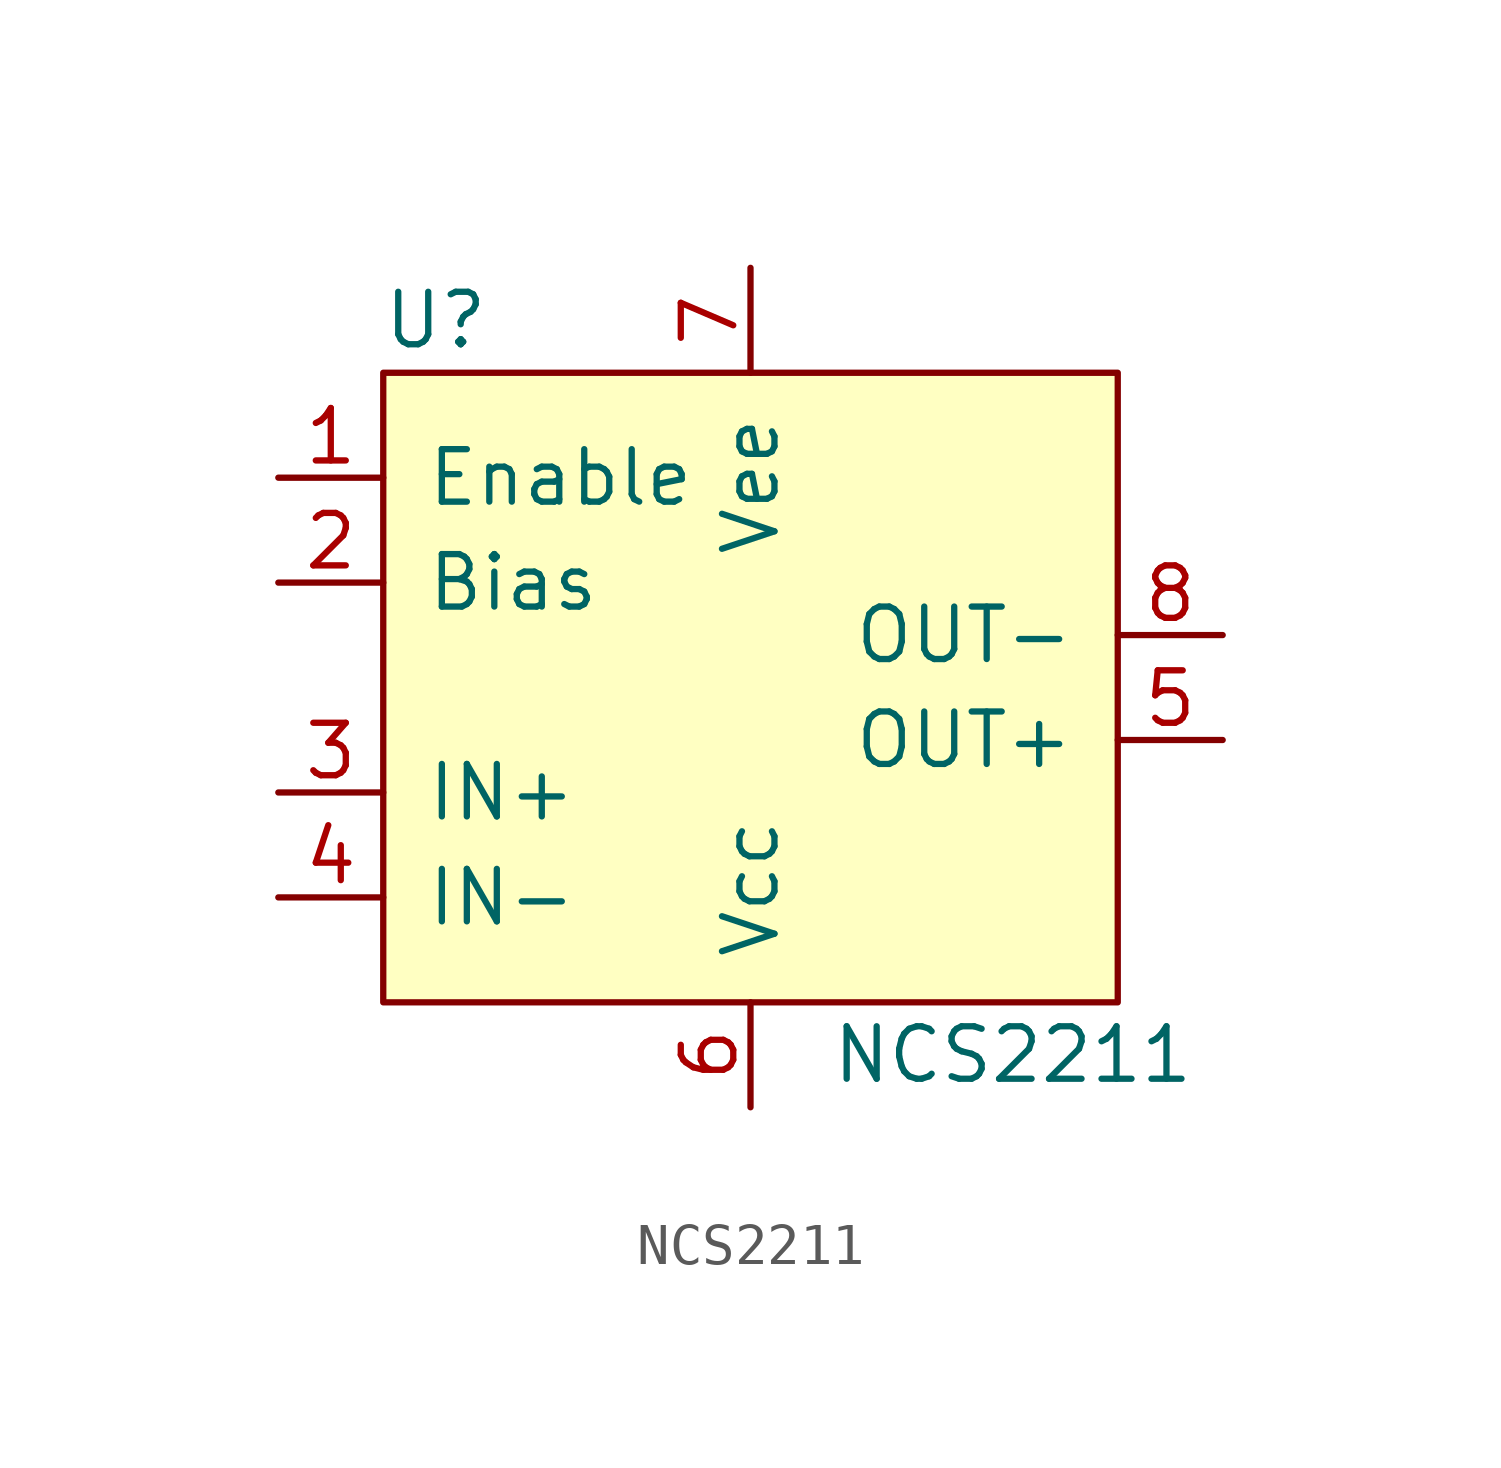
<source format=kicad_sym>
(kicad_symbol_lib
  (version 20220914)
  (generator kicad_symbol_editor)
  (symbol "NCS2211"
    (pin_names
      (offset 1.016))
    (property "Reference" "U"
      (at -7.62 8.89 0)
      (effects (font (size 1.27 1.27))))
    (property "Value" "NCS2211"
      (at 6.35 -8.89 0)
      (effects (font (size 1.27 1.27))))
    (symbol "NCS2211_0_1"
      (rectangle (start -8.89 7.62) (end 8.89 -7.62) (stroke (width 0) (type default)) (fill (type background))))
    (symbol "NCS2211_1_1"
      (pin input line (at -11.43 5.08 0) (length 2.54) (name "Enable" (effects (font (size 1.27 1.27)))) (number "1" (effects (font (size 1.27 1.27)))))
      (pin input line (at -11.43 2.54 0) (length 2.54) (name "Bias" (effects (font (size 1.27 1.27)))) (number "2" (effects (font (size 1.27 1.27)))))
      (pin input line (at -11.43 -2.54 0) (length 2.54) (name "IN+" (effects (font (size 1.27 1.27)))) (number "3" (effects (font (size 1.27 1.27)))))
      (pin input line (at -11.43 -5.08 0) (length 2.54) (name "IN-" (effects (font (size 1.27 1.27)))) (number "4" (effects (font (size 1.27 1.27)))))
      (pin output line (at 11.43 -1.27 180) (length 2.54) (name "OUT+" (effects (font (size 1.27 1.27)))) (number "5" (effects (font (size 1.27 1.27)))))
      (pin input line (at 0 -10.16 90) (length 2.54) (name "Vcc" (effects (font (size 1.27 1.27)))) (number "6" (effects (font (size 1.27 1.27)))))
      (pin input line (at 0 10.16 270) (length 2.54) (name "Vee" (effects (font (size 1.27 1.27)))) (number "7" (effects (font (size 1.27 1.27)))))
      (pin output line (at 11.43 1.27 180) (length 2.54) (name "OUT-" (effects (font (size 1.27 1.27)))) (number "8" (effects (font (size 1.27 1.27))))))))
</source>
